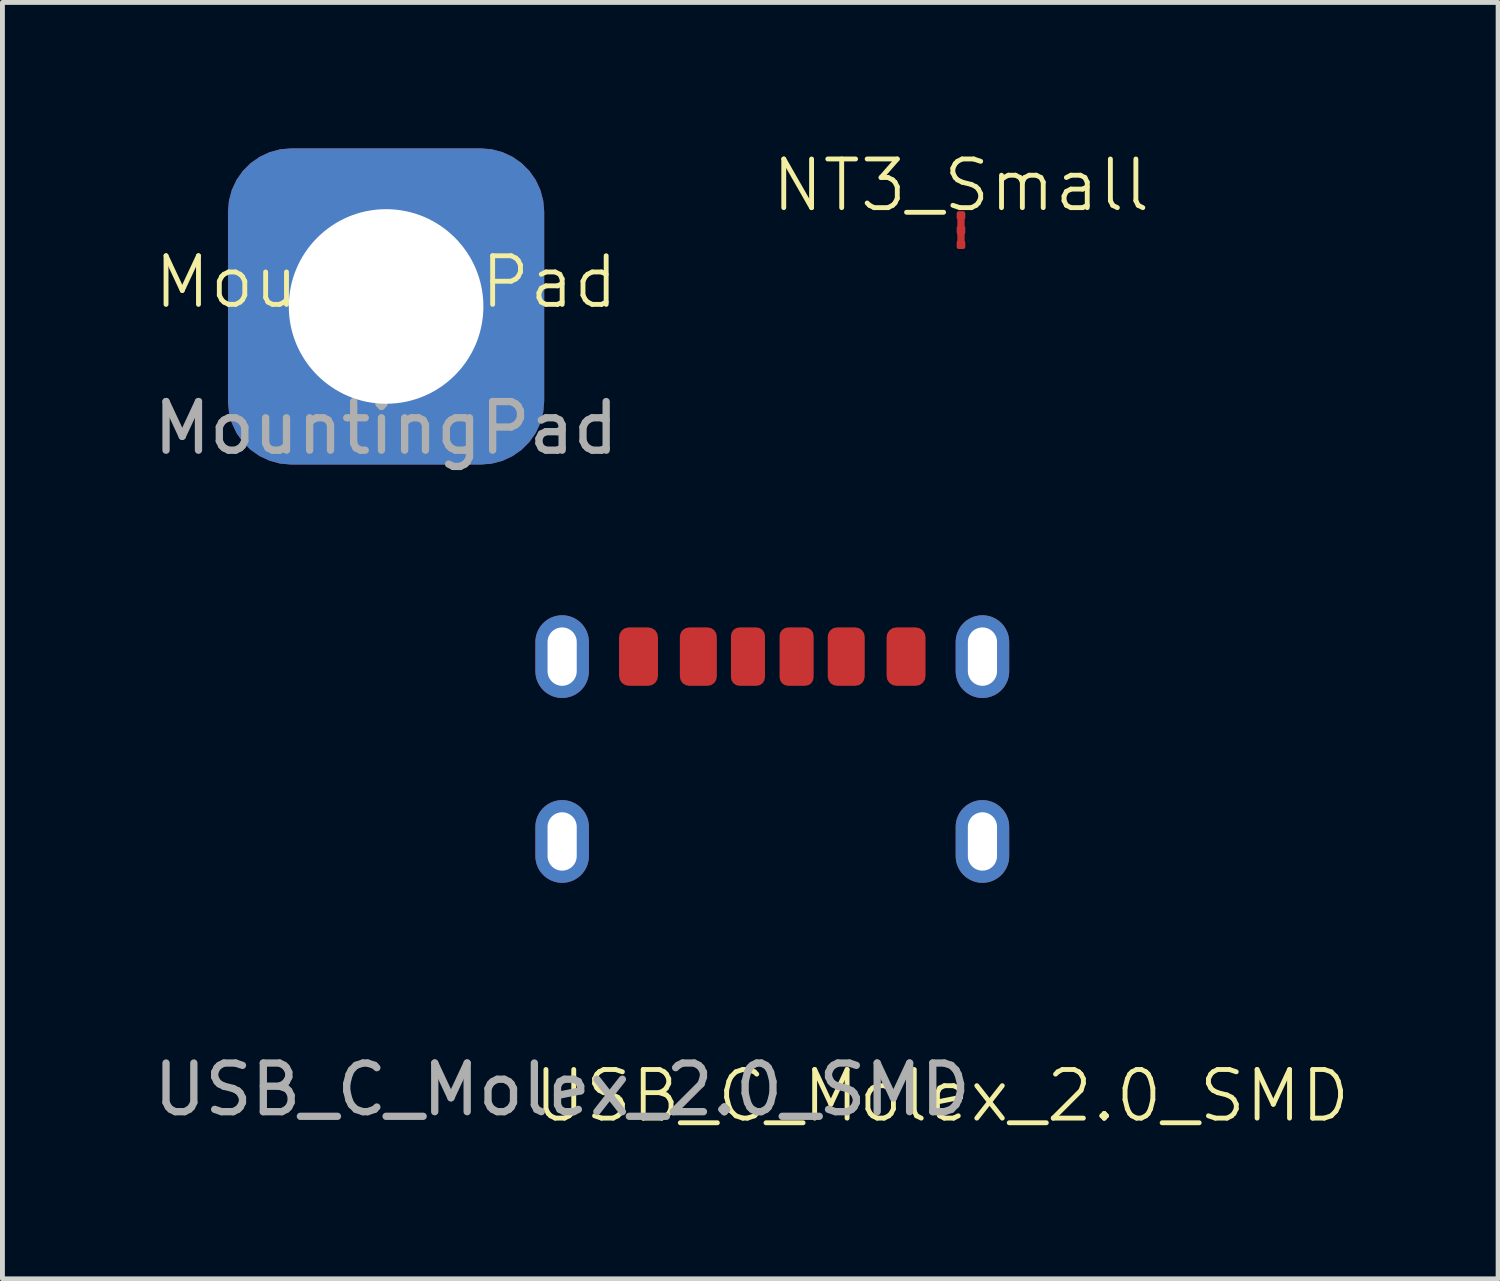
<source format=kicad_pcb>
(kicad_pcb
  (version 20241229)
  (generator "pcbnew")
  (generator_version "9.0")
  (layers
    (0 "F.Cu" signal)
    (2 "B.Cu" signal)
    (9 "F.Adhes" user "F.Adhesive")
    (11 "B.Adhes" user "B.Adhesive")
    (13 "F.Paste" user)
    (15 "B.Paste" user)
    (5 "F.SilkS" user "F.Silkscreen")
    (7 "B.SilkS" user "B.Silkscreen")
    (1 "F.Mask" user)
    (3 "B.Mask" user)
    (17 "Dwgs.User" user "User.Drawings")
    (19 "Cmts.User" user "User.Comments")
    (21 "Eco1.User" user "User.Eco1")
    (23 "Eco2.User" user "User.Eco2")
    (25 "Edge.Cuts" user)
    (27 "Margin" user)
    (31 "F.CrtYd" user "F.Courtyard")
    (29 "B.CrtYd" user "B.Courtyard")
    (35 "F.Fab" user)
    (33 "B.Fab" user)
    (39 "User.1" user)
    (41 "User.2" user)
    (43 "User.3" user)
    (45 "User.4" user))
  (footprint "NT3_Small"
    (layer "F.Cu")
    (at 16.705 2.061)
    (property "Reference" "NT3_Small" (at 0 -1.3 0) (unlocked yes) (layer "F.SilkS") (effects (font (size 1 1) (thickness 0.1))))
    (attr smd exclude_from_pos_files exclude_from_bom allow_missing_courtyard)
    (fp_line (start 0 -0.68) (end 0 -0.321) (stroke (width 0.15) (type default)) (layer "F.Cu"))
    (fp_line (start 0 -0.321) (end 0 -0.081) (stroke (width 0.15) (type default)) (layer "F.Cu"))
    (pad "1" smd roundrect (at 0 -0.081) (size 0.178 0.178) (layers "F.Cu") (roundrect_rratio 0.25))
    (pad "2" smd roundrect (at 0 -0.68) (size 0.178 0.178) (layers "F.Cu") (roundrect_rratio 0.25))
    (pad "3" smd roundrect (at 0 -0.38) (size 0.178 0.178) (layers "F.Cu") (roundrect_rratio 0.25)))
  (footprint "MountingPad"
    (layer "F.Cu")
    (at 4.887 3.25)
    (property "Reference" "MountingPad" (at 0 -0.5 0) (unlocked yes) (layer "F.SilkS") (effects (font (size 1 1) (thickness 0.1))))
    (attr through_hole)
    (fp_text user "${REFERENCE}" (at 0 2.5 0) (unlocked yes) (layer "F.Fab") (effects (font (size 1 1) (thickness 0.15))))
    (pad "1" thru_hole roundrect (at 0 0) (size 6.5 6.5) (drill 4) (layers "*.Cu" "*.Mask") (roundrect_rratio 0.2)))
  (footprint "USB_C_Molex_2.0_SMD"
    (layer "F.Cu")
    (at 8.506 16.848)
    (property "Reference" "USB_C_Molex_2.0_SMD" (at 7.81 2.63 0) (unlocked yes) (layer "F.SilkS") (effects (font (size 1 1) (thickness 0.1))))
    (attr smd)
    (fp_text user "${REFERENCE}" (at 0 2.5 0) (unlocked yes) (layer "F.Fab") (effects (font (size 1 1) (thickness 0.15))))
    (pad "A1" smd roundrect (at 1.57 -6.4) (size 0.8 1.2) (layers "F.Cu" "F.Mask" "F.Paste") (roundrect_rratio 0.25))
    (pad "A1" smd roundrect (at 7.07 -6.4) (size 0.8 1.2) (layers "F.Cu" "F.Mask" "F.Paste") (roundrect_rratio 0.25))
    (pad "A4" smd roundrect (at 2.8 -6.4) (size 0.76 1.2) (layers "F.Cu" "F.Mask" "F.Paste") (roundrect_rratio 0.25))
    (pad "A4" smd roundrect (at 5.84 -6.4) (size 0.76 1.2) (layers "F.Cu" "F.Mask" "F.Paste") (roundrect_rratio 0.25))
    (pad "A5" smd roundrect (at 3.82 -6.4) (size 0.7 1.2) (layers "F.Cu" "F.Mask" "F.Paste") (roundrect_rratio 0.25))
    (pad "A5" smd roundrect (at 4.82 -6.4) (size 0.7 1.2) (layers "F.Cu" "F.Mask" "F.Paste") (roundrect_rratio 0.25))
    (pad "S1" thru_hole oval (at 0 -6.4) (size 1.1 1.7) (drill oval 0.6 1.2) (layers "*.Cu" "*.Mask"))
    (pad "S1" thru_hole oval (at 0 -2.6) (size 1.1 1.7) (drill oval 0.6 1.2) (layers "*.Cu" "*.Mask"))
    (pad "S1" thru_hole oval (at 8.64 -6.4) (size 1.1 1.7) (drill oval 0.6 1.2) (layers "*.Cu" "*.Mask"))
    (pad "S1" thru_hole oval (at 8.64 -2.6) (size 1.1 1.7) (drill oval 0.6 1.2) (layers "*.Cu" "*.Mask")))
  (gr_rect
    (start -3 -3)
    (end 27.747 23.239)
    (stroke (width 0.1) (type default))
    (fill no)
    (layer "Edge.Cuts")))
</source>
